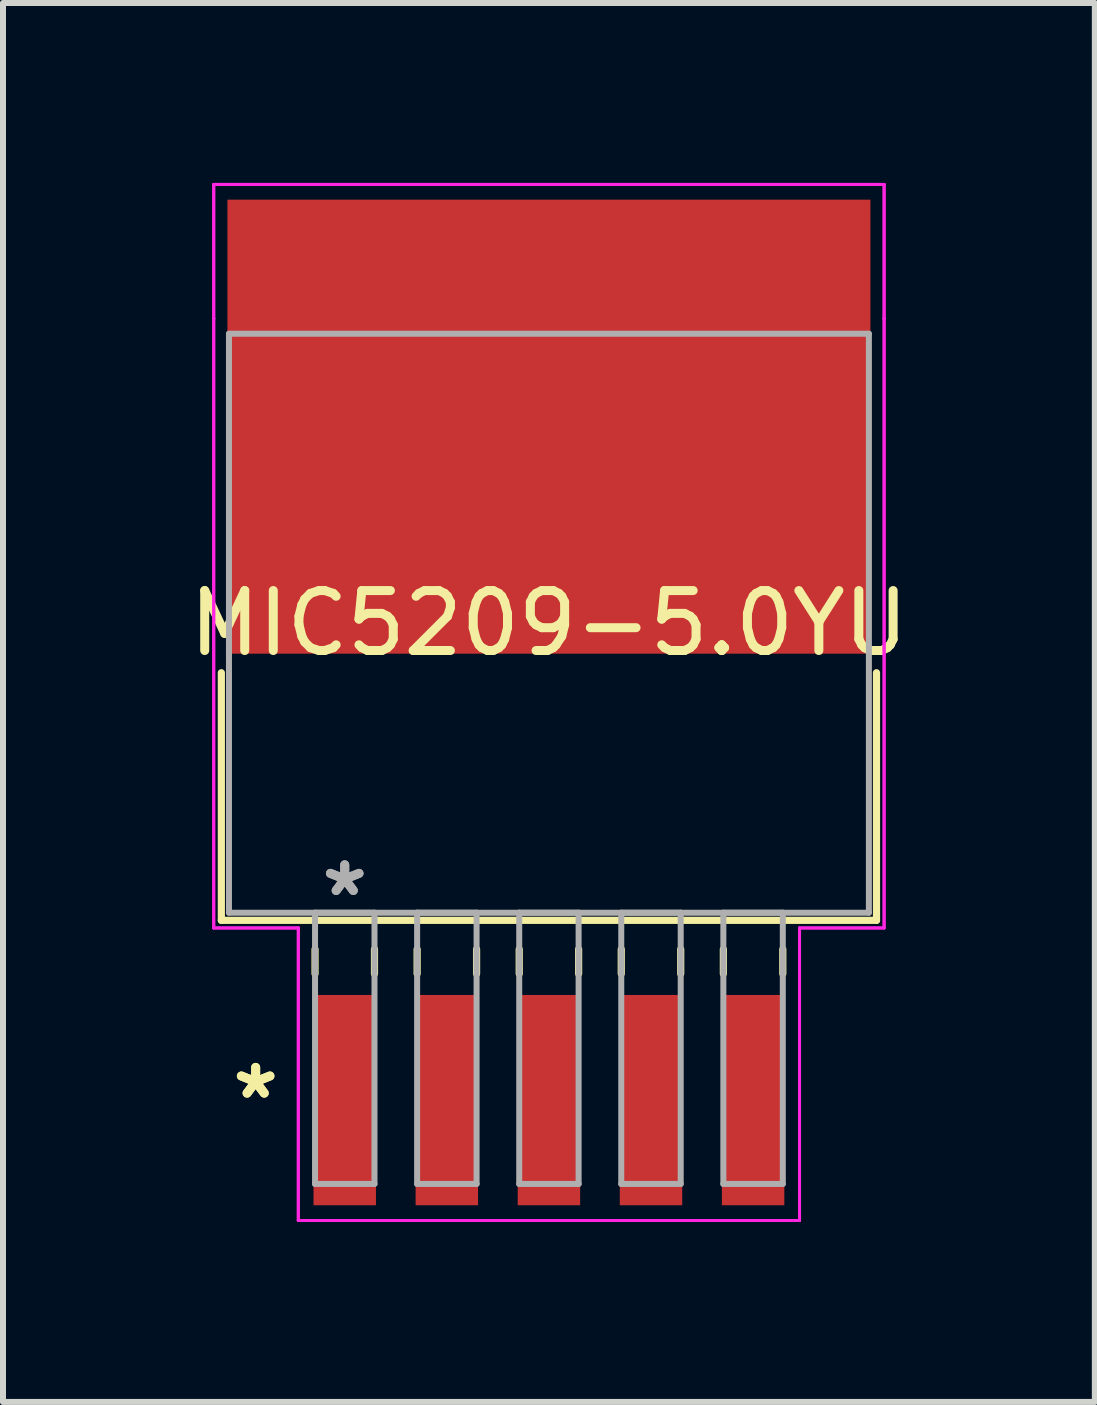
<source format=kicad_pcb>
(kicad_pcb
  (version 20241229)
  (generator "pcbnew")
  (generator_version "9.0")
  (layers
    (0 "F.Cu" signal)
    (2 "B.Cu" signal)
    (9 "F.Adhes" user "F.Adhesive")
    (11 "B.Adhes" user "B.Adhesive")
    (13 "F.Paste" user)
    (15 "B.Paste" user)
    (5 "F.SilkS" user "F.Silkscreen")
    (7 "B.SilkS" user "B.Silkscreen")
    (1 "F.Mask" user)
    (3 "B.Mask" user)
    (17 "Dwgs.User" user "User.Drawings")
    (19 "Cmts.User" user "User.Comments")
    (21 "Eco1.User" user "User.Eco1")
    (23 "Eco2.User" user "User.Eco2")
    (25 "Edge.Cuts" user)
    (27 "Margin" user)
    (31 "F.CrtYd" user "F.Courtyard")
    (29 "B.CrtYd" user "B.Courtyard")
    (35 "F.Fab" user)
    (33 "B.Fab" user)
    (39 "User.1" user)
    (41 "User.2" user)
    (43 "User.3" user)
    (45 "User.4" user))
  (footprint "MIC5209-5.0YU"
    (layer "F.Cu")
    (at 6.101 7.34)
    (property "Reference" "MIC5209-5.0YU" (at 0 0 0) (layer "F.SilkS") (effects (font (size 1 1) (thickness 0.15))))
    (attr through_hole)
    (fp_line (start -5.461 0.825) (end -5.461 4.953) (stroke (width 0.12) (type solid)) (layer "F.SilkS"))
    (fp_line (start -5.461 4.953) (end 5.461 4.953) (stroke (width 0.12) (type solid)) (layer "F.SilkS"))
    (fp_line (start -3.899 5.436) (end -3.899 5.842) (stroke (width 0.12) (type solid)) (layer "F.SilkS"))
    (fp_line (start -2.908 5.436) (end -2.908 5.842) (stroke (width 0.12) (type solid)) (layer "F.SilkS"))
    (fp_line (start -2.197 5.436) (end -2.197 5.842) (stroke (width 0.12) (type solid)) (layer "F.SilkS"))
    (fp_line (start -1.206 5.436) (end -1.206 5.842) (stroke (width 0.12) (type solid)) (layer "F.SilkS"))
    (fp_line (start -0.495 5.436) (end -0.495 5.842) (stroke (width 0.12) (type solid)) (layer "F.SilkS"))
    (fp_line (start 0.495 5.436) (end 0.495 5.842) (stroke (width 0.12) (type solid)) (layer "F.SilkS"))
    (fp_line (start 1.206 5.436) (end 1.206 5.842) (stroke (width 0.12) (type solid)) (layer "F.SilkS"))
    (fp_line (start 2.197 5.436) (end 2.197 5.842) (stroke (width 0.12) (type solid)) (layer "F.SilkS"))
    (fp_line (start 2.908 5.436) (end 2.908 5.842) (stroke (width 0.12) (type solid)) (layer "F.SilkS"))
    (fp_line (start 3.899 5.436) (end 3.899 5.842) (stroke (width 0.12) (type solid)) (layer "F.SilkS"))
    (fp_line (start 5.461 4.953) (end 5.461 0.825) (stroke (width 0.12) (type solid)) (layer "F.SilkS"))
    (fp_line (start -5.588 -7.315) (end 5.588 -7.315) (stroke (width 0.05) (type solid)) (layer "F.CrtYd"))
    (fp_line (start -5.588 -7.315) (end 5.588 -7.315) (stroke (width 0.05) (type solid)) (layer "F.CrtYd"))
    (fp_line (start -5.588 -5.08) (end -5.588 -7.315) (stroke (width 0.05) (type solid)) (layer "F.CrtYd"))
    (fp_line (start -5.588 -5.08) (end -5.588 -7.315) (stroke (width 0.05) (type solid)) (layer "F.CrtYd"))
    (fp_line (start -5.588 -5.08) (end -5.588 -5.08) (stroke (width 0.05) (type solid)) (layer "F.CrtYd"))
    (fp_line (start -5.588 -5.08) (end -5.588 -5.08) (stroke (width 0.05) (type solid)) (layer "F.CrtYd"))
    (fp_line (start -5.588 5.08) (end -5.588 -5.08) (stroke (width 0.05) (type solid)) (layer "F.CrtYd"))
    (fp_line (start -5.588 5.08) (end -5.588 -5.08) (stroke (width 0.05) (type solid)) (layer "F.CrtYd"))
    (fp_line (start -4.178 5.08) (end -5.588 5.08) (stroke (width 0.05) (type solid)) (layer "F.CrtYd"))
    (fp_line (start -4.178 5.08) (end -5.588 5.08) (stroke (width 0.05) (type solid)) (layer "F.CrtYd"))
    (fp_line (start -4.178 9.957) (end -4.178 5.08) (stroke (width 0.05) (type solid)) (layer "F.CrtYd"))
    (fp_line (start -4.178 9.957) (end -4.178 5.08) (stroke (width 0.05) (type solid)) (layer "F.CrtYd"))
    (fp_line (start 4.178 5.08) (end 4.178 9.957) (stroke (width 0.05) (type solid)) (layer "F.CrtYd"))
    (fp_line (start 4.178 5.08) (end 4.178 9.957) (stroke (width 0.05) (type solid)) (layer "F.CrtYd"))
    (fp_line (start 4.178 9.957) (end -4.178 9.957) (stroke (width 0.05) (type solid)) (layer "F.CrtYd"))
    (fp_line (start 4.178 9.957) (end -4.178 9.957) (stroke (width 0.05) (type solid)) (layer "F.CrtYd"))
    (fp_line (start 5.588 -7.315) (end 5.588 -5.08) (stroke (width 0.05) (type solid)) (layer "F.CrtYd"))
    (fp_line (start 5.588 -7.315) (end 5.588 -5.08) (stroke (width 0.05) (type solid)) (layer "F.CrtYd"))
    (fp_line (start 5.588 -5.08) (end 5.588 -5.08) (stroke (width 0.05) (type solid)) (layer "F.CrtYd"))
    (fp_line (start 5.588 -5.08) (end 5.588 -5.08) (stroke (width 0.05) (type solid)) (layer "F.CrtYd"))
    (fp_line (start 5.588 -5.08) (end 5.588 5.08) (stroke (width 0.05) (type solid)) (layer "F.CrtYd"))
    (fp_line (start 5.588 -5.08) (end 5.588 5.08) (stroke (width 0.05) (type solid)) (layer "F.CrtYd"))
    (fp_line (start 5.588 5.08) (end 4.178 5.08) (stroke (width 0.05) (type solid)) (layer "F.CrtYd"))
    (fp_line (start 5.588 5.08) (end 4.178 5.08) (stroke (width 0.05) (type solid)) (layer "F.CrtYd"))
    (fp_line (start -5.334 -4.826) (end -5.334 4.826) (stroke (width 0.1) (type solid)) (layer "F.Fab"))
    (fp_line (start -5.334 4.826) (end 5.334 4.826) (stroke (width 0.1) (type solid)) (layer "F.Fab"))
    (fp_line (start -3.899 4.826) (end -3.899 9.347) (stroke (width 0.1) (type solid)) (layer "F.Fab"))
    (fp_line (start -3.899 9.347) (end -2.908 9.347) (stroke (width 0.1) (type solid)) (layer "F.Fab"))
    (fp_line (start -2.908 4.826) (end -3.899 4.826) (stroke (width 0.1) (type solid)) (layer "F.Fab"))
    (fp_line (start -2.908 9.347) (end -2.908 4.826) (stroke (width 0.1) (type solid)) (layer "F.Fab"))
    (fp_line (start -2.197 4.826) (end -2.197 9.347) (stroke (width 0.1) (type solid)) (layer "F.Fab"))
    (fp_line (start -2.197 9.347) (end -1.206 9.347) (stroke (width 0.1) (type solid)) (layer "F.Fab"))
    (fp_line (start -1.206 4.826) (end -2.197 4.826) (stroke (width 0.1) (type solid)) (layer "F.Fab"))
    (fp_line (start -1.206 9.347) (end -1.206 4.826) (stroke (width 0.1) (type solid)) (layer "F.Fab"))
    (fp_line (start -0.495 4.826) (end -0.495 9.347) (stroke (width 0.1) (type solid)) (layer "F.Fab"))
    (fp_line (start -0.495 9.347) (end 0.495 9.347) (stroke (width 0.1) (type solid)) (layer "F.Fab"))
    (fp_line (start 0.495 4.826) (end -0.495 4.826) (stroke (width 0.1) (type solid)) (layer "F.Fab"))
    (fp_line (start 0.495 9.347) (end 0.495 4.826) (stroke (width 0.1) (type solid)) (layer "F.Fab"))
    (fp_line (start 1.206 4.826) (end 1.206 9.347) (stroke (width 0.1) (type solid)) (layer "F.Fab"))
    (fp_line (start 1.206 9.347) (end 2.197 9.347) (stroke (width 0.1) (type solid)) (layer "F.Fab"))
    (fp_line (start 2.197 4.826) (end 1.206 4.826) (stroke (width 0.1) (type solid)) (layer "F.Fab"))
    (fp_line (start 2.197 9.347) (end 2.197 4.826) (stroke (width 0.1) (type solid)) (layer "F.Fab"))
    (fp_line (start 2.908 4.826) (end 2.908 9.347) (stroke (width 0.1) (type solid)) (layer "F.Fab"))
    (fp_line (start 2.908 9.347) (end 3.899 9.347) (stroke (width 0.1) (type solid)) (layer "F.Fab"))
    (fp_line (start 3.899 4.826) (end 2.908 4.826) (stroke (width 0.1) (type solid)) (layer "F.Fab"))
    (fp_line (start 3.899 9.347) (end 3.899 4.826) (stroke (width 0.1) (type solid)) (layer "F.Fab"))
    (fp_line (start 5.334 -4.826) (end -5.334 -4.826) (stroke (width 0.1) (type solid)) (layer "F.Fab"))
    (fp_line (start 5.334 4.826) (end 5.334 -4.826) (stroke (width 0.1) (type solid)) (layer "F.Fab"))
    (fp_text user "*" (at -4.889 7.95 0) (layer "F.SilkS") (effects (font (size 1 1) (thickness 0.15))))
    (fp_text user "*" (at -4.889 7.95 0) (layer "F.SilkS") (effects (font (size 1 1) (thickness 0.15))))
    (fp_text user "*" (at -3.404 4.572 0) (layer "F.Fab") (effects (font (size 1 1) (thickness 0.15))))
    (fp_text user "*" (at -3.404 4.572 0) (layer "F.Fab") (effects (font (size 1 1) (thickness 0.15))))
    (pad "1" smd rect (at -3.404 7.95) (size 1.041 3.505) (layers "F.Cu" "F.Mask" "F.Paste"))
    (pad "2" smd rect (at -1.702 7.95) (size 1.041 3.505) (layers "F.Cu" "F.Mask" "F.Paste"))
    (pad "3" smd rect (at 0 7.95) (size 1.041 3.505) (layers "F.Cu" "F.Mask" "F.Paste"))
    (pad "4" smd rect (at 1.702 7.95) (size 1.041 3.505) (layers "F.Cu" "F.Mask" "F.Paste"))
    (pad "5" smd rect (at 3.404 7.95) (size 1.041 3.505) (layers "F.Cu" "F.Mask" "F.Paste"))
    (pad "6" smd rect (at 0 -3.277) (size 10.719 7.569) (layers "F.Cu" "F.Mask" "F.Paste")))
  (gr_rect
    (start -3 -3)
    (end 15.202 20.322)
    (stroke (width 0.1) (type default))
    (fill no)
    (layer "Edge.Cuts")))
</source>
